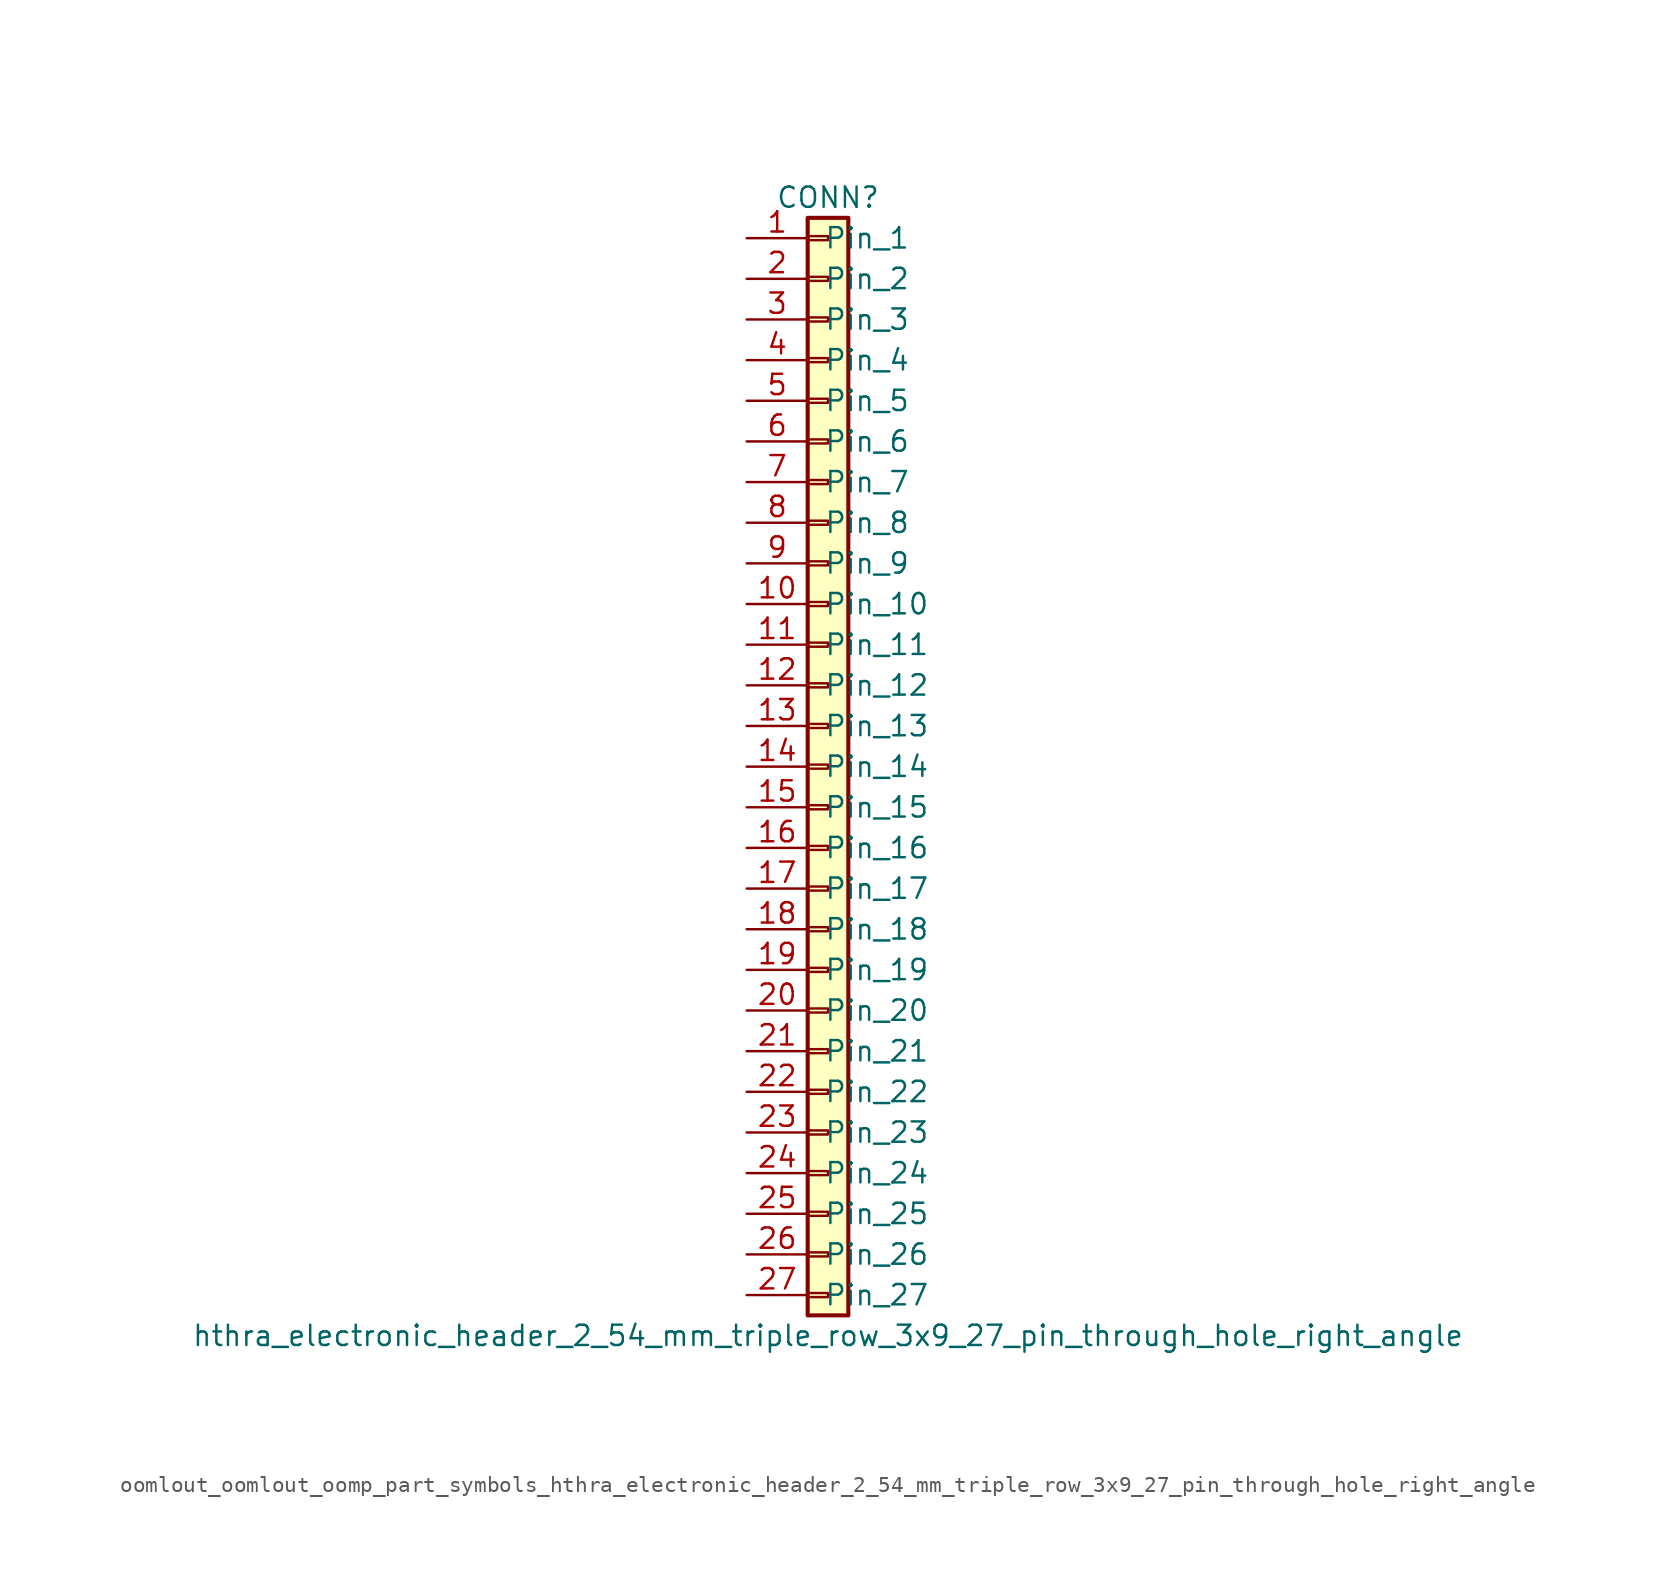
<source format=kicad_sym>
(kicad_symbol_lib
  (version 20220914)
  (generator kicad_symbol_editor)
  (symbol "oomlout_oomlout_oomp_part_symbols_hthra_electronic_header_2_54_mm_triple_row_3x9_27_pin_through_hole_right_angle"
    (pin_names
      (offset 1.016))
    (property "Reference" "CONN"
      (at 0 35.56 0)
      (effects (font (size 1.27 1.27))))
    (property "Value" "hthra_electronic_header_2_54_mm_triple_row_3x9_27_pin_through_hole_right_angle"
      (at 0 -35.56 0)
      (effects (font (size 1.27 1.27))))
    (symbol "oomlout_oomlout_oomp_part_symbols_hthra_electronic_header_2_54_mm_triple_row_3x9_27_pin_through_hole_right_angle_1_1"
      (rectangle (start -1.27 -32.893) (end 0 -33.147) (stroke (width 0.152) (type default)) (fill (type none)))
      (rectangle (start -1.27 -30.353) (end 0 -30.607) (stroke (width 0.152) (type default)) (fill (type none)))
      (rectangle (start -1.27 -27.813) (end 0 -28.067) (stroke (width 0.152) (type default)) (fill (type none)))
      (rectangle (start -1.27 -25.273) (end 0 -25.527) (stroke (width 0.152) (type default)) (fill (type none)))
      (rectangle (start -1.27 -22.733) (end 0 -22.987) (stroke (width 0.152) (type default)) (fill (type none)))
      (rectangle (start -1.27 -20.193) (end 0 -20.447) (stroke (width 0.152) (type default)) (fill (type none)))
      (rectangle (start -1.27 -17.653) (end 0 -17.907) (stroke (width 0.152) (type default)) (fill (type none)))
      (rectangle (start -1.27 -15.113) (end 0 -15.367) (stroke (width 0.152) (type default)) (fill (type none)))
      (rectangle (start -1.27 -12.573) (end 0 -12.827) (stroke (width 0.152) (type default)) (fill (type none)))
      (rectangle (start -1.27 -10.033) (end 0 -10.287) (stroke (width 0.152) (type default)) (fill (type none)))
      (rectangle (start -1.27 -7.493) (end 0 -7.747) (stroke (width 0.152) (type default)) (fill (type none)))
      (rectangle (start -1.27 -4.953) (end 0 -5.207) (stroke (width 0.152) (type default)) (fill (type none)))
      (rectangle (start -1.27 -2.413) (end 0 -2.667) (stroke (width 0.152) (type default)) (fill (type none)))
      (rectangle (start -1.27 0.127) (end 0 -0.127) (stroke (width 0.152) (type default)) (fill (type none)))
      (rectangle (start -1.27 2.667) (end 0 2.413) (stroke (width 0.152) (type default)) (fill (type none)))
      (rectangle (start -1.27 5.207) (end 0 4.953) (stroke (width 0.152) (type default)) (fill (type none)))
      (rectangle (start -1.27 7.747) (end 0 7.493) (stroke (width 0.152) (type default)) (fill (type none)))
      (rectangle (start -1.27 10.287) (end 0 10.033) (stroke (width 0.152) (type default)) (fill (type none)))
      (rectangle (start -1.27 12.827) (end 0 12.573) (stroke (width 0.152) (type default)) (fill (type none)))
      (rectangle (start -1.27 15.367) (end 0 15.113) (stroke (width 0.152) (type default)) (fill (type none)))
      (rectangle (start -1.27 17.907) (end 0 17.653) (stroke (width 0.152) (type default)) (fill (type none)))
      (rectangle (start -1.27 20.447) (end 0 20.193) (stroke (width 0.152) (type default)) (fill (type none)))
      (rectangle (start -1.27 22.987) (end 0 22.733) (stroke (width 0.152) (type default)) (fill (type none)))
      (rectangle (start -1.27 25.527) (end 0 25.273) (stroke (width 0.152) (type default)) (fill (type none)))
      (rectangle (start -1.27 28.067) (end 0 27.813) (stroke (width 0.152) (type default)) (fill (type none)))
      (rectangle (start -1.27 30.607) (end 0 30.353) (stroke (width 0.152) (type default)) (fill (type none)))
      (rectangle (start -1.27 33.147) (end 0 32.893) (stroke (width 0.152) (type default)) (fill (type none)))
      (rectangle (start -1.27 34.29) (end 1.27 -34.29) (stroke (width 0.254) (type default)) (fill (type background)))
      (pin passive line (at -5.08 33.02 0) (length 3.81) (name "Pin_1" (effects (font (size 1.27 1.27)))) (number "1" (effects (font (size 1.27 1.27)))))
      (pin passive line (at -5.08 10.16 0) (length 3.81) (name "Pin_10" (effects (font (size 1.27 1.27)))) (number "10" (effects (font (size 1.27 1.27)))))
      (pin passive line (at -5.08 7.62 0) (length 3.81) (name "Pin_11" (effects (font (size 1.27 1.27)))) (number "11" (effects (font (size 1.27 1.27)))))
      (pin passive line (at -5.08 5.08 0) (length 3.81) (name "Pin_12" (effects (font (size 1.27 1.27)))) (number "12" (effects (font (size 1.27 1.27)))))
      (pin passive line (at -5.08 2.54 0) (length 3.81) (name "Pin_13" (effects (font (size 1.27 1.27)))) (number "13" (effects (font (size 1.27 1.27)))))
      (pin passive line (at -5.08 0 0) (length 3.81) (name "Pin_14" (effects (font (size 1.27 1.27)))) (number "14" (effects (font (size 1.27 1.27)))))
      (pin passive line (at -5.08 -2.54 0) (length 3.81) (name "Pin_15" (effects (font (size 1.27 1.27)))) (number "15" (effects (font (size 1.27 1.27)))))
      (pin passive line (at -5.08 -5.08 0) (length 3.81) (name "Pin_16" (effects (font (size 1.27 1.27)))) (number "16" (effects (font (size 1.27 1.27)))))
      (pin passive line (at -5.08 -7.62 0) (length 3.81) (name "Pin_17" (effects (font (size 1.27 1.27)))) (number "17" (effects (font (size 1.27 1.27)))))
      (pin passive line (at -5.08 -10.16 0) (length 3.81) (name "Pin_18" (effects (font (size 1.27 1.27)))) (number "18" (effects (font (size 1.27 1.27)))))
      (pin passive line (at -5.08 -12.7 0) (length 3.81) (name "Pin_19" (effects (font (size 1.27 1.27)))) (number "19" (effects (font (size 1.27 1.27)))))
      (pin passive line (at -5.08 30.48 0) (length 3.81) (name "Pin_2" (effects (font (size 1.27 1.27)))) (number "2" (effects (font (size 1.27 1.27)))))
      (pin passive line (at -5.08 -15.24 0) (length 3.81) (name "Pin_20" (effects (font (size 1.27 1.27)))) (number "20" (effects (font (size 1.27 1.27)))))
      (pin passive line (at -5.08 -17.78 0) (length 3.81) (name "Pin_21" (effects (font (size 1.27 1.27)))) (number "21" (effects (font (size 1.27 1.27)))))
      (pin passive line (at -5.08 -20.32 0) (length 3.81) (name "Pin_22" (effects (font (size 1.27 1.27)))) (number "22" (effects (font (size 1.27 1.27)))))
      (pin passive line (at -5.08 -22.86 0) (length 3.81) (name "Pin_23" (effects (font (size 1.27 1.27)))) (number "23" (effects (font (size 1.27 1.27)))))
      (pin passive line (at -5.08 -25.4 0) (length 3.81) (name "Pin_24" (effects (font (size 1.27 1.27)))) (number "24" (effects (font (size 1.27 1.27)))))
      (pin passive line (at -5.08 -27.94 0) (length 3.81) (name "Pin_25" (effects (font (size 1.27 1.27)))) (number "25" (effects (font (size 1.27 1.27)))))
      (pin passive line (at -5.08 -30.48 0) (length 3.81) (name "Pin_26" (effects (font (size 1.27 1.27)))) (number "26" (effects (font (size 1.27 1.27)))))
      (pin passive line (at -5.08 -33.02 0) (length 3.81) (name "Pin_27" (effects (font (size 1.27 1.27)))) (number "27" (effects (font (size 1.27 1.27)))))
      (pin passive line (at -5.08 27.94 0) (length 3.81) (name "Pin_3" (effects (font (size 1.27 1.27)))) (number "3" (effects (font (size 1.27 1.27)))))
      (pin passive line (at -5.08 25.4 0) (length 3.81) (name "Pin_4" (effects (font (size 1.27 1.27)))) (number "4" (effects (font (size 1.27 1.27)))))
      (pin passive line (at -5.08 22.86 0) (length 3.81) (name "Pin_5" (effects (font (size 1.27 1.27)))) (number "5" (effects (font (size 1.27 1.27)))))
      (pin passive line (at -5.08 20.32 0) (length 3.81) (name "Pin_6" (effects (font (size 1.27 1.27)))) (number "6" (effects (font (size 1.27 1.27)))))
      (pin passive line (at -5.08 17.78 0) (length 3.81) (name "Pin_7" (effects (font (size 1.27 1.27)))) (number "7" (effects (font (size 1.27 1.27)))))
      (pin passive line (at -5.08 15.24 0) (length 3.81) (name "Pin_8" (effects (font (size 1.27 1.27)))) (number "8" (effects (font (size 1.27 1.27)))))
      (pin passive line (at -5.08 12.7 0) (length 3.81) (name "Pin_9" (effects (font (size 1.27 1.27)))) (number "9" (effects (font (size 1.27 1.27))))))))
</source>
